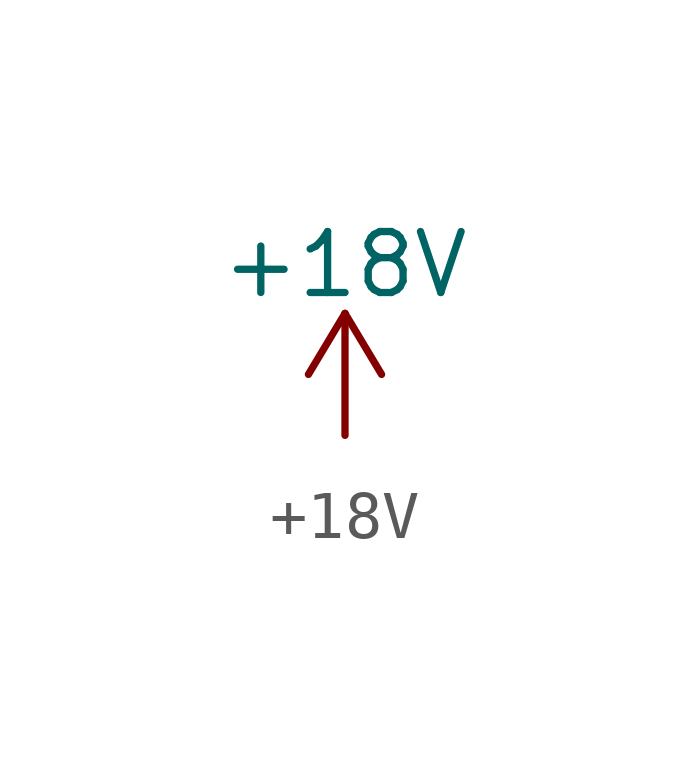
<source format=kicad_sym>
(kicad_symbol_lib
  (version 20211014)
  (generator kicad_symbol_editor)
  (symbol "+18V"
    (power)
    (pin_names
      (offset 0))
    (property "Reference" "#PWR"
      (at 0 -3.81 0)
      (effects (font (size 1.27 1.27)) hide))
    (property "Value" "+18V"
      (at 0 3.556 0)
      (effects (font (size 1.27 1.27))))
    (symbol "+18V_0_1"
      (polyline (pts (xy -0.762 1.27) (xy 0 2.54)) (stroke (width 0) (type default) (color 0 0 0 0)) (fill (type none)))
      (polyline (pts (xy 0 0) (xy 0 2.54)) (stroke (width 0) (type default) (color 0 0 0 0)) (fill (type none)))
      (polyline (pts (xy 0 2.54) (xy 0.762 1.27)) (stroke (width 0) (type default) (color 0 0 0 0)) (fill (type none))))
    (symbol "+18V_1_1"
      (pin power_in line (at 0 0 90) (length 0) hide (name "+18V" (effects (font (size 1.27 1.27)))) (number "1" (effects (font (size 1.27 1.27))))))))
</source>
